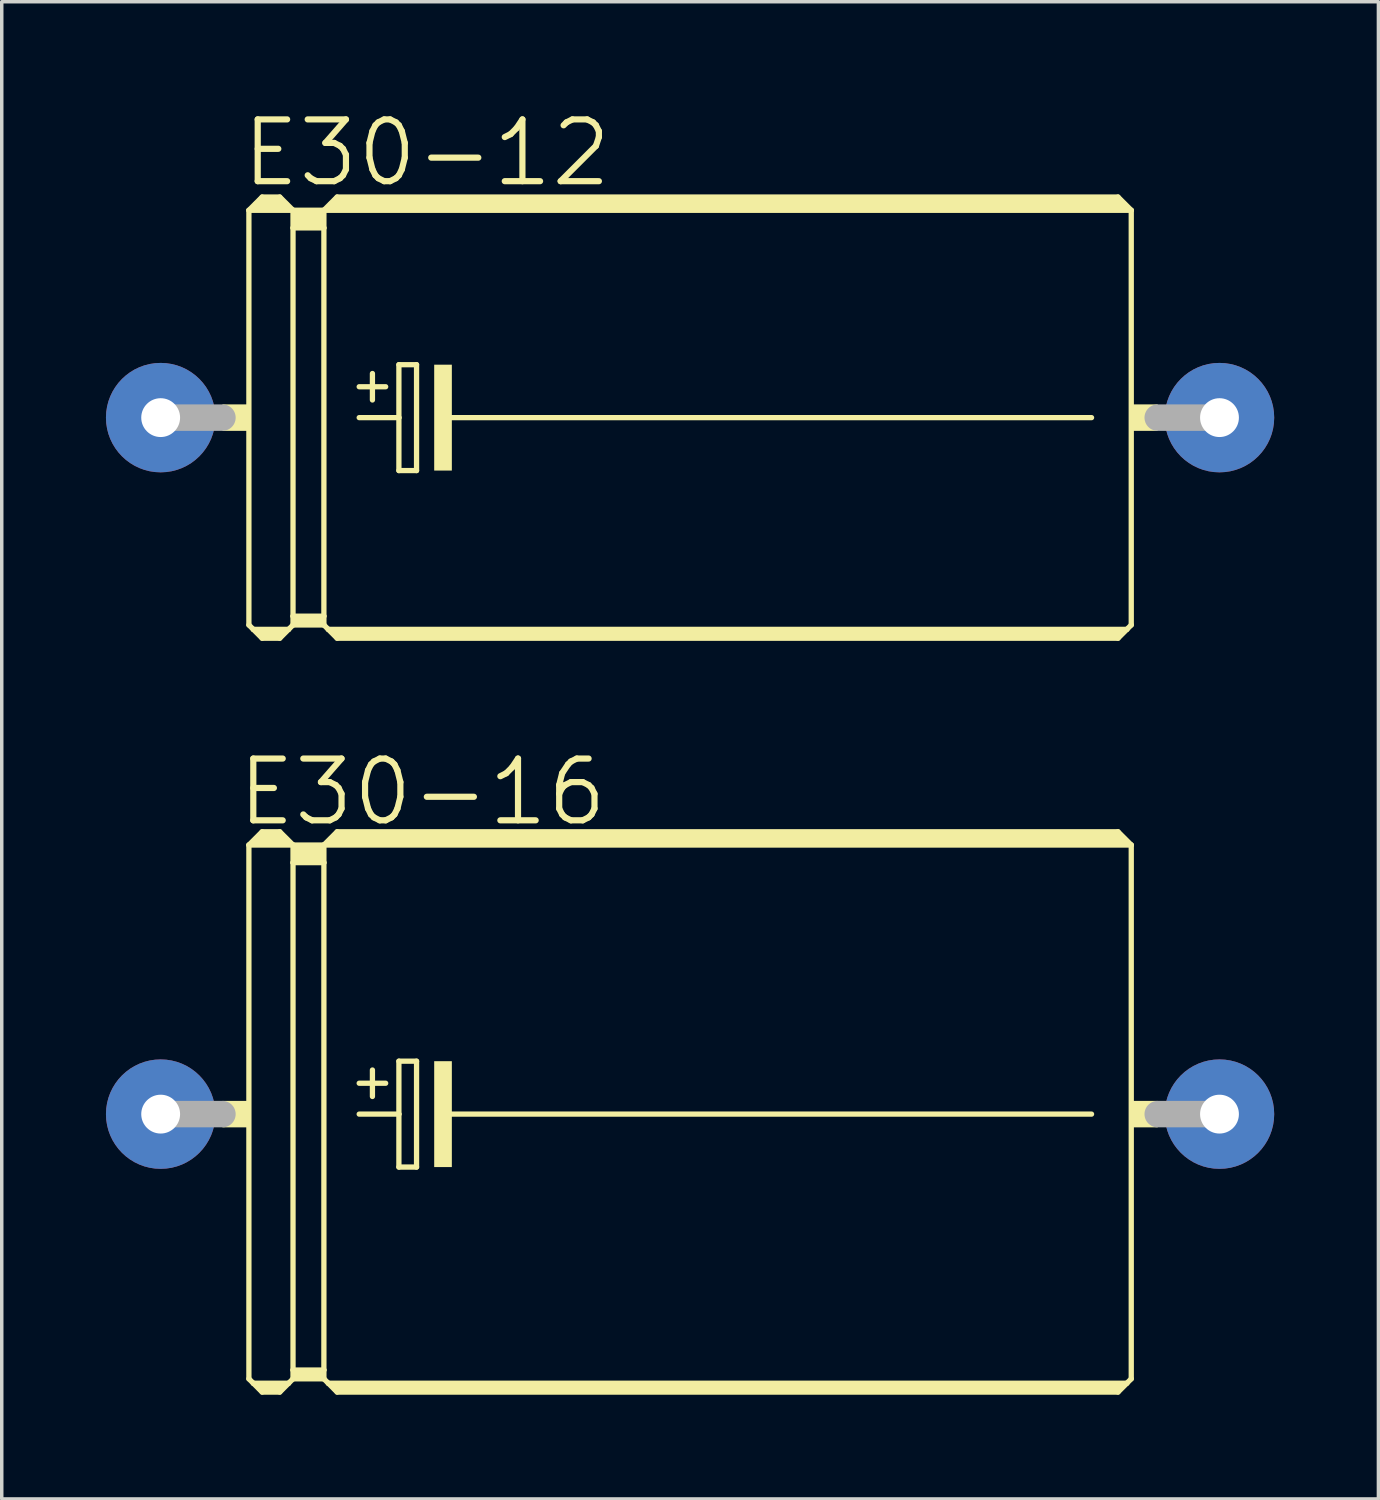
<source format=kicad_pcb>
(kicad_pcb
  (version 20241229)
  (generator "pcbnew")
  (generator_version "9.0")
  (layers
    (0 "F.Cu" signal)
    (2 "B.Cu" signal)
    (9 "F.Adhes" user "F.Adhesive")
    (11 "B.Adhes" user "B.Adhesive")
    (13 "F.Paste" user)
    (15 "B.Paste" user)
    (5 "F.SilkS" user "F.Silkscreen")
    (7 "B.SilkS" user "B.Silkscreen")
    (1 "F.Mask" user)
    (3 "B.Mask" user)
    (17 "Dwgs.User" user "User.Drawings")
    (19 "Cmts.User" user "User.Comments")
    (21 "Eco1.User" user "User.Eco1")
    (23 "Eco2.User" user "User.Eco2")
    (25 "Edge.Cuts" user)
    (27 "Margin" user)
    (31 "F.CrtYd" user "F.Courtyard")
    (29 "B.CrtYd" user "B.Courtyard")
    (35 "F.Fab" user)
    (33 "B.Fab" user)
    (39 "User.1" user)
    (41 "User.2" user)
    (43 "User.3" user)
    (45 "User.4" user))
  (footprint "E30-16"
    (layer "F.Cu")
    (at 16.815 29.022)
    (property "Reference" "E30-16" (at -7.705 -9.271 0) (layer "F.SilkS") (effects (font (size 1.778 1.778) (thickness 0.178))))
    (attr through_hole)
    (fp_line (start -12.7 -7.747) (end -12.7 7.62) (stroke (width 0.152) (type solid)) (layer "F.SilkS"))
    (fp_line (start -12.7 -7.747) (end -12.319 -8.128) (stroke (width 0.152) (type solid)) (layer "F.SilkS"))
    (fp_line (start -12.7 -7.747) (end -11.43 -7.747) (stroke (width 0.152) (type solid)) (layer "F.SilkS"))
    (fp_line (start -12.7 7.62) (end -12.573 7.747) (stroke (width 0.152) (type solid)) (layer "F.SilkS"))
    (fp_line (start -12.573 7.747) (end -12.319 8.001) (stroke (width 0.152) (type solid)) (layer "F.SilkS"))
    (fp_line (start -12.573 7.747) (end -11.557 7.747) (stroke (width 0.152) (type solid)) (layer "F.SilkS"))
    (fp_line (start -12.446 -7.874) (end -11.684 -7.874) (stroke (width 0.305) (type solid)) (layer "F.SilkS"))
    (fp_line (start -12.319 -8.128) (end -11.811 -8.128) (stroke (width 0.152) (type solid)) (layer "F.SilkS"))
    (fp_line (start -12.319 -8.001) (end -11.811 -8.001) (stroke (width 0.305) (type solid)) (layer "F.SilkS"))
    (fp_line (start -12.319 7.874) (end -11.811 7.874) (stroke (width 0.305) (type solid)) (layer "F.SilkS"))
    (fp_line (start -12.319 8.001) (end -11.811 8.001) (stroke (width 0.152) (type solid)) (layer "F.SilkS"))
    (fp_line (start -11.557 7.747) (end -11.811 8.001) (stroke (width 0.152) (type solid)) (layer "F.SilkS"))
    (fp_line (start -11.43 -7.747) (end -11.811 -8.128) (stroke (width 0.152) (type solid)) (layer "F.SilkS"))
    (fp_line (start -11.43 -7.747) (end -11.43 -7.239) (stroke (width 0.152) (type solid)) (layer "F.SilkS"))
    (fp_line (start -11.43 -7.747) (end -10.541 -7.747) (stroke (width 0.152) (type solid)) (layer "F.SilkS"))
    (fp_line (start -11.43 -7.239) (end -11.43 7.366) (stroke (width 0.152) (type solid)) (layer "F.SilkS"))
    (fp_line (start -11.43 -7.239) (end -10.541 -7.239) (stroke (width 0.152) (type solid)) (layer "F.SilkS"))
    (fp_line (start -11.43 7.366) (end -11.43 7.62) (stroke (width 0.152) (type solid)) (layer "F.SilkS"))
    (fp_line (start -11.43 7.366) (end -10.541 7.366) (stroke (width 0.152) (type solid)) (layer "F.SilkS"))
    (fp_line (start -11.43 7.62) (end -11.557 7.747) (stroke (width 0.152) (type solid)) (layer "F.SilkS"))
    (fp_line (start -11.43 7.62) (end -10.541 7.62) (stroke (width 0.152) (type solid)) (layer "F.SilkS"))
    (fp_line (start -11.303 -7.62) (end -10.668 -7.62) (stroke (width 0.305) (type solid)) (layer "F.SilkS"))
    (fp_line (start -11.303 -7.366) (end -10.668 -7.366) (stroke (width 0.305) (type solid)) (layer "F.SilkS"))
    (fp_line (start -11.303 7.493) (end -10.668 7.493) (stroke (width 0.305) (type solid)) (layer "F.SilkS"))
    (fp_line (start -10.541 -7.747) (end -10.541 -7.239) (stroke (width 0.152) (type solid)) (layer "F.SilkS"))
    (fp_line (start -10.541 -7.747) (end -10.16 -8.128) (stroke (width 0.152) (type solid)) (layer "F.SilkS"))
    (fp_line (start -10.541 -7.747) (end 12.7 -7.747) (stroke (width 0.152) (type solid)) (layer "F.SilkS"))
    (fp_line (start -10.541 -7.239) (end -10.541 7.366) (stroke (width 0.152) (type solid)) (layer "F.SilkS"))
    (fp_line (start -10.541 7.366) (end -10.541 7.62) (stroke (width 0.152) (type solid)) (layer "F.SilkS"))
    (fp_line (start -10.414 7.747) (end -10.541 7.62) (stroke (width 0.152) (type solid)) (layer "F.SilkS"))
    (fp_line (start -10.414 7.747) (end 12.573 7.747) (stroke (width 0.152) (type solid)) (layer "F.SilkS"))
    (fp_line (start -10.287 -7.874) (end 12.446 -7.874) (stroke (width 0.305) (type solid)) (layer "F.SilkS"))
    (fp_line (start -10.16 -8.001) (end 12.319 -8.001) (stroke (width 0.305) (type solid)) (layer "F.SilkS"))
    (fp_line (start -10.16 7.874) (end 12.319 7.874) (stroke (width 0.305) (type solid)) (layer "F.SilkS"))
    (fp_line (start -10.16 8.001) (end -10.414 7.747) (stroke (width 0.152) (type solid)) (layer "F.SilkS"))
    (fp_line (start -9.525 -0.889) (end -8.763 -0.889) (stroke (width 0.152) (type solid)) (layer "F.SilkS"))
    (fp_line (start -9.525 0) (end -8.382 0) (stroke (width 0.152) (type solid)) (layer "F.SilkS"))
    (fp_line (start -9.144 -1.27) (end -9.144 -0.508) (stroke (width 0.152) (type solid)) (layer "F.SilkS"))
    (fp_line (start -8.382 -1.524) (end -8.382 0) (stroke (width 0.152) (type solid)) (layer "F.SilkS"))
    (fp_line (start -8.382 0) (end -8.382 1.524) (stroke (width 0.152) (type solid)) (layer "F.SilkS"))
    (fp_line (start -8.382 1.524) (end -7.874 1.524) (stroke (width 0.152) (type solid)) (layer "F.SilkS"))
    (fp_line (start -7.874 -1.524) (end -8.382 -1.524) (stroke (width 0.152) (type solid)) (layer "F.SilkS"))
    (fp_line (start -7.874 1.524) (end -7.874 -1.524) (stroke (width 0.152) (type solid)) (layer "F.SilkS"))
    (fp_line (start -6.985 0) (end 11.557 0) (stroke (width 0.152) (type solid)) (layer "F.SilkS"))
    (fp_line (start 12.319 -8.128) (end -10.16 -8.128) (stroke (width 0.152) (type solid)) (layer "F.SilkS"))
    (fp_line (start 12.319 8.001) (end -10.16 8.001) (stroke (width 0.152) (type solid)) (layer "F.SilkS"))
    (fp_line (start 12.573 7.747) (end 12.319 8.001) (stroke (width 0.152) (type solid)) (layer "F.SilkS"))
    (fp_line (start 12.7 -7.747) (end 12.319 -8.128) (stroke (width 0.152) (type solid)) (layer "F.SilkS"))
    (fp_line (start 12.7 -7.747) (end 12.7 7.62) (stroke (width 0.152) (type solid)) (layer "F.SilkS"))
    (fp_line (start 12.7 7.62) (end 12.573 7.747) (stroke (width 0.152) (type solid)) (layer "F.SilkS"))
    (fp_poly (pts (xy -13.462 -0.381) (xy -12.7 -0.381) (xy -12.7 0.381) (xy -13.462 0.381)) (stroke (width 0) (type solid)) (fill yes) (layer "F.SilkS"))
    (fp_poly (pts (xy -7.366 -1.524) (xy -6.858 -1.524) (xy -6.858 1.524) (xy -7.366 1.524)) (stroke (width 0) (type solid)) (fill yes) (layer "F.SilkS"))
    (fp_poly (pts (xy 12.7 -0.381) (xy 13.462 -0.381) (xy 13.462 0.381) (xy 12.7 0.381)) (stroke (width 0) (type solid)) (fill yes) (layer "F.SilkS"))
    (fp_line (start -15.24 0) (end -13.462 0) (stroke (width 0.762) (type solid)) (layer "F.Fab"))
    (fp_line (start 15.24 0) (end 13.462 0) (stroke (width 0.762) (type solid)) (layer "F.Fab"))
    (pad "+" thru_hole circle (at -15.24 0) (size 3.15 3.15) (drill 1.118) (layers "*.Cu" "*.Mask"))
    (pad "-" thru_hole circle (at 15.24 0) (size 3.15 3.15) (drill 1.118) (layers "*.Cu" "*.Mask")))
  (footprint "E30-12"
    (layer "F.Cu")
    (at 16.815 8.972)
    (property "Reference" "E30-12" (at -7.578 -7.62 0) (layer "F.SilkS") (effects (font (size 1.778 1.778) (thickness 0.178))))
    (attr through_hole)
    (fp_line (start -12.7 -5.969) (end -12.7 5.969) (stroke (width 0.152) (type solid)) (layer "F.SilkS"))
    (fp_line (start -12.7 -5.969) (end -12.319 -6.35) (stroke (width 0.152) (type solid)) (layer "F.SilkS"))
    (fp_line (start -12.7 -5.969) (end -11.43 -5.969) (stroke (width 0.152) (type solid)) (layer "F.SilkS"))
    (fp_line (start -12.7 5.969) (end -12.573 6.096) (stroke (width 0.152) (type solid)) (layer "F.SilkS"))
    (fp_line (start -12.573 6.096) (end -12.319 6.35) (stroke (width 0.152) (type solid)) (layer "F.SilkS"))
    (fp_line (start -12.573 6.096) (end -11.557 6.096) (stroke (width 0.152) (type solid)) (layer "F.SilkS"))
    (fp_line (start -12.446 -6.096) (end -11.684 -6.096) (stroke (width 0.305) (type solid)) (layer "F.SilkS"))
    (fp_line (start -12.319 -6.35) (end -11.811 -6.35) (stroke (width 0.152) (type solid)) (layer "F.SilkS"))
    (fp_line (start -12.319 -6.223) (end -11.811 -6.223) (stroke (width 0.305) (type solid)) (layer "F.SilkS"))
    (fp_line (start -12.319 6.223) (end -11.811 6.223) (stroke (width 0.305) (type solid)) (layer "F.SilkS"))
    (fp_line (start -12.319 6.35) (end -11.811 6.35) (stroke (width 0.152) (type solid)) (layer "F.SilkS"))
    (fp_line (start -11.557 6.096) (end -11.811 6.35) (stroke (width 0.152) (type solid)) (layer "F.SilkS"))
    (fp_line (start -11.43 -5.969) (end -11.811 -6.35) (stroke (width 0.152) (type solid)) (layer "F.SilkS"))
    (fp_line (start -11.43 -5.969) (end -11.43 -5.461) (stroke (width 0.152) (type solid)) (layer "F.SilkS"))
    (fp_line (start -11.43 -5.969) (end -10.541 -5.969) (stroke (width 0.152) (type solid)) (layer "F.SilkS"))
    (fp_line (start -11.43 -5.461) (end -11.43 5.715) (stroke (width 0.152) (type solid)) (layer "F.SilkS"))
    (fp_line (start -11.43 -5.461) (end -10.541 -5.461) (stroke (width 0.152) (type solid)) (layer "F.SilkS"))
    (fp_line (start -11.43 5.715) (end -11.43 5.969) (stroke (width 0.152) (type solid)) (layer "F.SilkS"))
    (fp_line (start -11.43 5.715) (end -10.541 5.715) (stroke (width 0.152) (type solid)) (layer "F.SilkS"))
    (fp_line (start -11.43 5.969) (end -11.557 6.096) (stroke (width 0.152) (type solid)) (layer "F.SilkS"))
    (fp_line (start -11.43 5.969) (end -10.541 5.969) (stroke (width 0.152) (type solid)) (layer "F.SilkS"))
    (fp_line (start -11.303 -5.842) (end -10.668 -5.842) (stroke (width 0.305) (type solid)) (layer "F.SilkS"))
    (fp_line (start -11.303 -5.588) (end -10.668 -5.588) (stroke (width 0.305) (type solid)) (layer "F.SilkS"))
    (fp_line (start -11.303 5.842) (end -10.668 5.842) (stroke (width 0.305) (type solid)) (layer "F.SilkS"))
    (fp_line (start -10.541 -5.969) (end -10.541 -5.461) (stroke (width 0.152) (type solid)) (layer "F.SilkS"))
    (fp_line (start -10.541 -5.969) (end -10.16 -6.35) (stroke (width 0.152) (type solid)) (layer "F.SilkS"))
    (fp_line (start -10.541 -5.969) (end 12.7 -5.969) (stroke (width 0.152) (type solid)) (layer "F.SilkS"))
    (fp_line (start -10.541 -5.461) (end -10.541 5.715) (stroke (width 0.152) (type solid)) (layer "F.SilkS"))
    (fp_line (start -10.541 5.715) (end -10.541 5.969) (stroke (width 0.152) (type solid)) (layer "F.SilkS"))
    (fp_line (start -10.414 6.096) (end -10.541 5.969) (stroke (width 0.152) (type solid)) (layer "F.SilkS"))
    (fp_line (start -10.414 6.096) (end 12.573 6.096) (stroke (width 0.152) (type solid)) (layer "F.SilkS"))
    (fp_line (start -10.287 -6.096) (end 12.446 -6.096) (stroke (width 0.305) (type solid)) (layer "F.SilkS"))
    (fp_line (start -10.16 -6.223) (end 12.319 -6.223) (stroke (width 0.305) (type solid)) (layer "F.SilkS"))
    (fp_line (start -10.16 6.223) (end 12.319 6.223) (stroke (width 0.305) (type solid)) (layer "F.SilkS"))
    (fp_line (start -10.16 6.35) (end -10.414 6.096) (stroke (width 0.152) (type solid)) (layer "F.SilkS"))
    (fp_line (start -9.525 -0.889) (end -8.763 -0.889) (stroke (width 0.152) (type solid)) (layer "F.SilkS"))
    (fp_line (start -9.525 0) (end -8.382 0) (stroke (width 0.152) (type solid)) (layer "F.SilkS"))
    (fp_line (start -9.144 -1.27) (end -9.144 -0.508) (stroke (width 0.152) (type solid)) (layer "F.SilkS"))
    (fp_line (start -8.382 -1.524) (end -8.382 0) (stroke (width 0.152) (type solid)) (layer "F.SilkS"))
    (fp_line (start -8.382 0) (end -8.382 1.524) (stroke (width 0.152) (type solid)) (layer "F.SilkS"))
    (fp_line (start -8.382 1.524) (end -7.874 1.524) (stroke (width 0.152) (type solid)) (layer "F.SilkS"))
    (fp_line (start -7.874 -1.524) (end -8.382 -1.524) (stroke (width 0.152) (type solid)) (layer "F.SilkS"))
    (fp_line (start -7.874 1.524) (end -7.874 -1.524) (stroke (width 0.152) (type solid)) (layer "F.SilkS"))
    (fp_line (start -6.985 0) (end 11.557 0) (stroke (width 0.152) (type solid)) (layer "F.SilkS"))
    (fp_line (start 12.319 -6.35) (end -10.16 -6.35) (stroke (width 0.152) (type solid)) (layer "F.SilkS"))
    (fp_line (start 12.319 6.35) (end -10.16 6.35) (stroke (width 0.152) (type solid)) (layer "F.SilkS"))
    (fp_line (start 12.573 6.096) (end 12.319 6.35) (stroke (width 0.152) (type solid)) (layer "F.SilkS"))
    (fp_line (start 12.7 -5.969) (end 12.319 -6.35) (stroke (width 0.152) (type solid)) (layer "F.SilkS"))
    (fp_line (start 12.7 -5.969) (end 12.7 5.969) (stroke (width 0.152) (type solid)) (layer "F.SilkS"))
    (fp_line (start 12.7 5.969) (end 12.573 6.096) (stroke (width 0.152) (type solid)) (layer "F.SilkS"))
    (fp_poly (pts (xy -13.462 -0.381) (xy -12.7 -0.381) (xy -12.7 0.381) (xy -13.462 0.381)) (stroke (width 0) (type solid)) (fill yes) (layer "F.SilkS"))
    (fp_poly (pts (xy -7.366 -1.524) (xy -6.858 -1.524) (xy -6.858 1.524) (xy -7.366 1.524)) (stroke (width 0) (type solid)) (fill yes) (layer "F.SilkS"))
    (fp_poly (pts (xy 12.7 -0.381) (xy 13.462 -0.381) (xy 13.462 0.381) (xy 12.7 0.381)) (stroke (width 0) (type solid)) (fill yes) (layer "F.SilkS"))
    (fp_line (start -15.24 0) (end -13.462 0) (stroke (width 0.762) (type solid)) (layer "F.Fab"))
    (fp_line (start 15.24 0) (end 13.462 0) (stroke (width 0.762) (type solid)) (layer "F.Fab"))
    (pad "+" thru_hole circle (at -15.24 0) (size 3.15 3.15) (drill 1.118) (layers "*.Cu" "*.Mask"))
    (pad "-" thru_hole circle (at 15.24 0) (size 3.15 3.15) (drill 1.118) (layers "*.Cu" "*.Mask")))
  (gr_rect
    (start -3 -3)
    (end 36.63 40.099)
    (stroke (width 0.1) (type default))
    (fill no)
    (layer "Edge.Cuts")))
</source>
